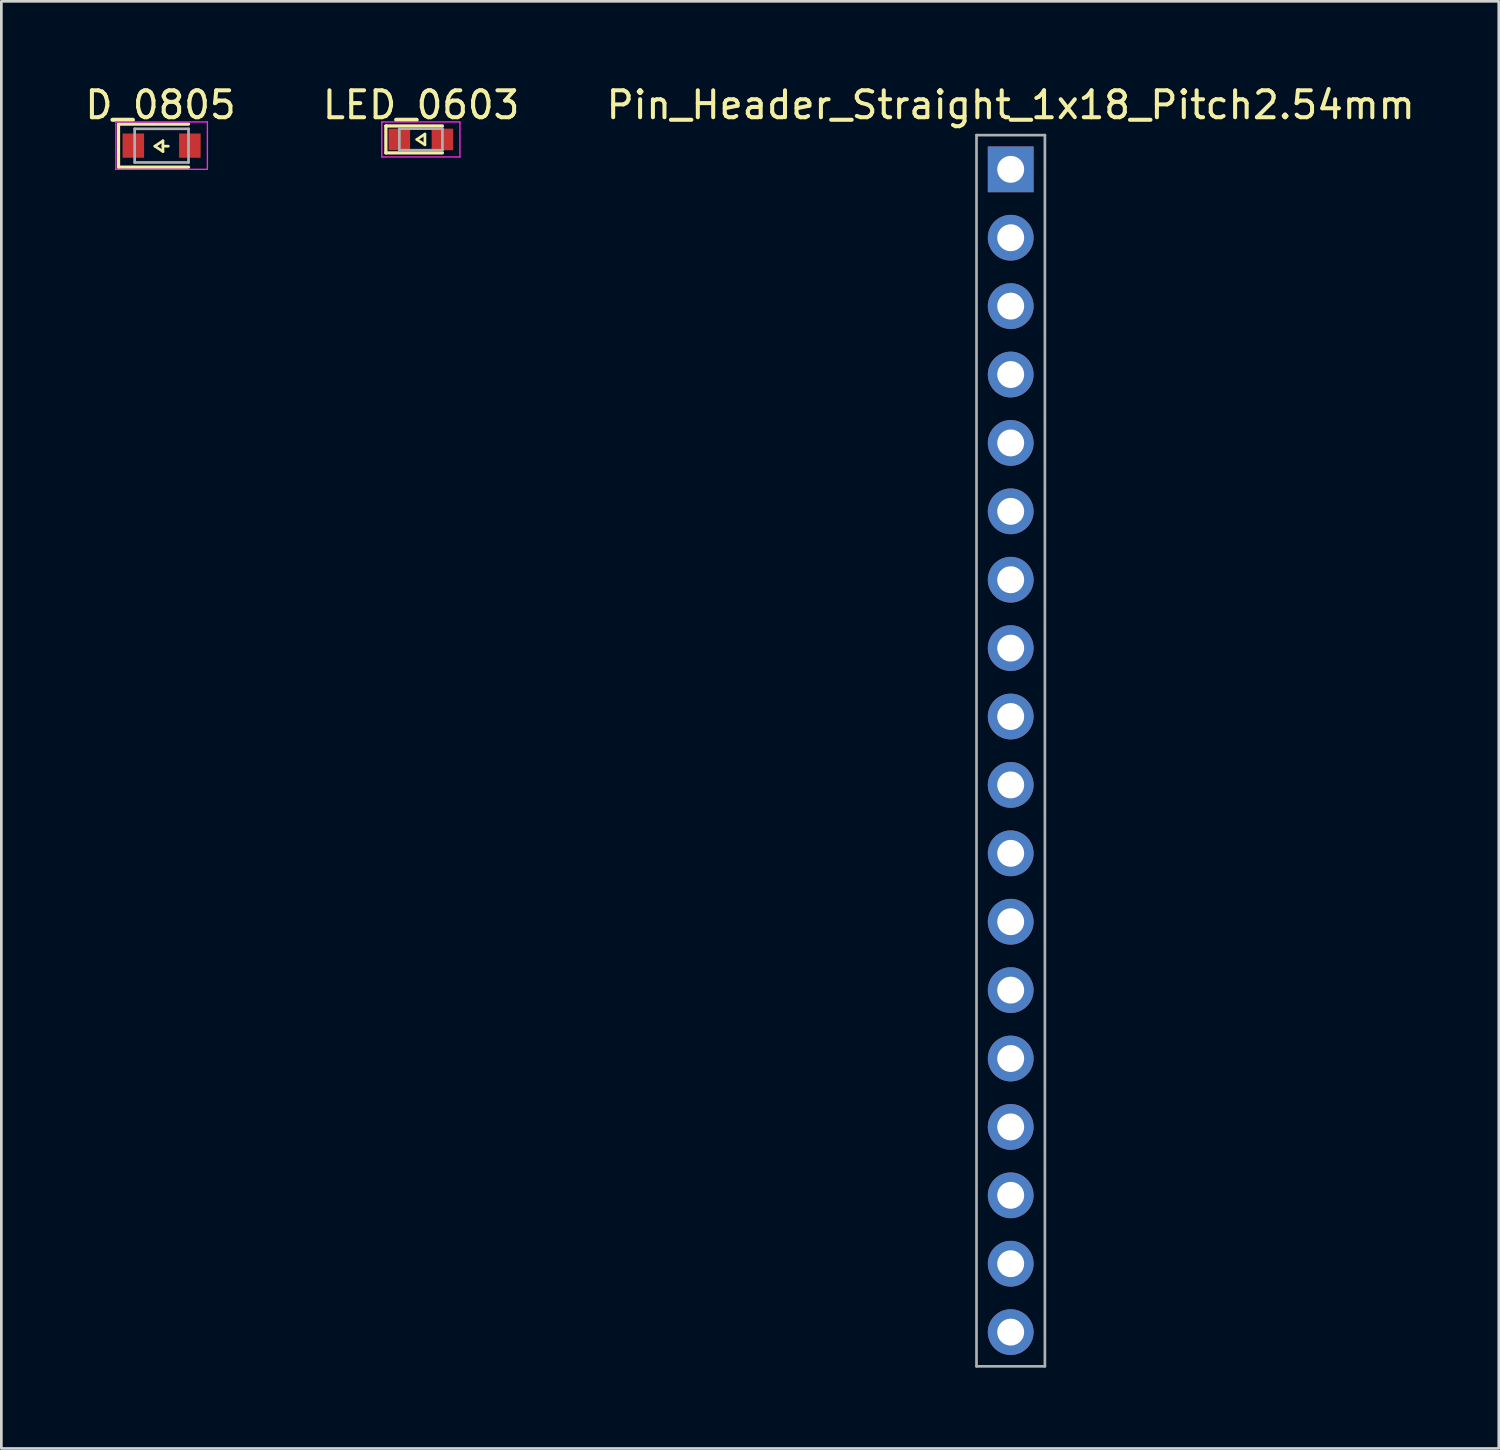
<source format=kicad_pcb>
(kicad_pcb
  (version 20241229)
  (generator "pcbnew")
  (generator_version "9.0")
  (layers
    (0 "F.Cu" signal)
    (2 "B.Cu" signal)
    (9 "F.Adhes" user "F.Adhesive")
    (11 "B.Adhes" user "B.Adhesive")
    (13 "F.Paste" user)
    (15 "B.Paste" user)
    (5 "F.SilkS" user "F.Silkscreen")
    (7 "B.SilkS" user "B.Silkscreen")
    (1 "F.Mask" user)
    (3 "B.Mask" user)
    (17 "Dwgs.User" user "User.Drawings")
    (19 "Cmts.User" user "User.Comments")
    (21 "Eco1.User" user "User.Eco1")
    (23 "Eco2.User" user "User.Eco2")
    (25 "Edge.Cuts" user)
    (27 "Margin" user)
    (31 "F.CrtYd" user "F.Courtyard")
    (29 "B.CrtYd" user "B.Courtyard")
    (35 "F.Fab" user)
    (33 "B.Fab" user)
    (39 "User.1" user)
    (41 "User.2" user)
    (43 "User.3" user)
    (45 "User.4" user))
  (footprint "D_0805"
    (layer "F.Cu")
    (at 2.951 2.358)
    (property "Reference" "D_0805" (at -0.04 -1.51 0) (layer "F.SilkS") (effects (font (size 1 1) (thickness 0.15))))
    (attr smd)
    (fp_line (start -1.6 -0.8) (end -1.6 0.8) (stroke (width 0.12) (type solid)) (layer "F.SilkS"))
    (fp_line (start -1.6 -0.8) (end 1 -0.8) (stroke (width 0.12) (type solid)) (layer "F.SilkS"))
    (fp_line (start -1.6 0.8) (end 1 0.8) (stroke (width 0.12) (type solid)) (layer "F.SilkS"))
    (fp_line (start -0.25 0.02) (end 0.05 0.22) (stroke (width 0.1) (type solid)) (layer "F.SilkS"))
    (fp_line (start 0.05 -0.18) (end -0.25 0.02) (stroke (width 0.1) (type solid)) (layer "F.SilkS"))
    (fp_line (start 0.05 0.02) (end 0.25 0.02) (stroke (width 0.1) (type solid)) (layer "F.SilkS"))
    (fp_line (start 0.05 0.22) (end 0.05 -0.18) (stroke (width 0.1) (type solid)) (layer "F.SilkS"))
    (fp_line (start -1.7 -0.88) (end 1.7 -0.88) (stroke (width 0.05) (type solid)) (layer "F.CrtYd"))
    (fp_line (start -1.7 0.88) (end -1.7 -0.88) (stroke (width 0.05) (type solid)) (layer "F.CrtYd"))
    (fp_line (start 1.7 -0.88) (end 1.7 0.88) (stroke (width 0.05) (type solid)) (layer "F.CrtYd"))
    (fp_line (start 1.7 0.88) (end -1.7 0.88) (stroke (width 0.05) (type solid)) (layer "F.CrtYd"))
    (fp_line (start -1 -0.625) (end 1 -0.625) (stroke (width 0.1) (type solid)) (layer "F.Fab"))
    (fp_line (start -1 0.625) (end -1 -0.625) (stroke (width 0.1) (type solid)) (layer "F.Fab"))
    (fp_line (start 1 -0.625) (end 1 0.625) (stroke (width 0.1) (type solid)) (layer "F.Fab"))
    (fp_line (start 1 0.625) (end -1 0.625) (stroke (width 0.1) (type solid)) (layer "F.Fab"))
    (pad "1" smd rect (at -1.05 0) (size 0.8 0.9) (layers "F.Cu" "F.Mask" "F.Paste"))
    (pad "2" smd rect (at 1.05 0) (size 0.8 0.9) (layers "F.Cu" "F.Mask" "F.Paste")))
  (footprint "LED_0603"
    (layer "F.Cu")
    (at 12.579 2.128)
    (property "Reference" "LED_0603" (at 0.01 -1.28 0) (layer "F.SilkS") (effects (font (size 1 1) (thickness 0.15))))
    (attr smd)
    (fp_line (start -1.3 -0.5) (end -1.3 0.5) (stroke (width 0.12) (type solid)) (layer "F.SilkS"))
    (fp_line (start -1.3 -0.5) (end 0.8 -0.5) (stroke (width 0.12) (type solid)) (layer "F.SilkS"))
    (fp_line (start -1.3 0.5) (end 0.8 0.5) (stroke (width 0.12) (type solid)) (layer "F.SilkS"))
    (fp_line (start -0.15 0) (end 0.15 -0.2) (stroke (width 0.1) (type solid)) (layer "F.SilkS"))
    (fp_line (start 0.15 -0.2) (end 0.15 0.2) (stroke (width 0.1) (type solid)) (layer "F.SilkS"))
    (fp_line (start 0.15 0.2) (end -0.15 0) (stroke (width 0.1) (type solid)) (layer "F.SilkS"))
    (fp_line (start -1.45 -0.65) (end 1.45 -0.65) (stroke (width 0.05) (type solid)) (layer "F.CrtYd"))
    (fp_line (start -1.45 0.65) (end -1.45 -0.65) (stroke (width 0.05) (type solid)) (layer "F.CrtYd"))
    (fp_line (start 1.45 -0.65) (end 1.45 0.65) (stroke (width 0.05) (type solid)) (layer "F.CrtYd"))
    (fp_line (start 1.45 0.65) (end -1.45 0.65) (stroke (width 0.05) (type solid)) (layer "F.CrtYd"))
    (fp_line (start -0.8 -0.4) (end 0.8 -0.4) (stroke (width 0.1) (type solid)) (layer "F.Fab"))
    (fp_line (start -0.8 0.4) (end -0.8 -0.4) (stroke (width 0.1) (type solid)) (layer "F.Fab"))
    (fp_line (start 0.8 -0.4) (end 0.8 0.4) (stroke (width 0.1) (type solid)) (layer "F.Fab"))
    (fp_line (start 0.8 0.4) (end -0.8 0.4) (stroke (width 0.1) (type solid)) (layer "F.Fab"))
    (pad "1" smd rect (at -0.8 0 180) (size 0.8 0.8) (layers "F.Cu" "F.Mask" "F.Paste"))
    (pad "2" smd rect (at 0.8 0 180) (size 0.8 0.8) (layers "F.Cu" "F.Mask" "F.Paste")))
  (footprint "Pin_Header_Straight_1x18_Pitch2.54mm"
    (layer "F.Cu")
    (at 34.482 3.238)
    (property "Reference" "Pin_Header_Straight_1x18_Pitch2.54mm" (at 0 -2.39 0) (layer "F.SilkS") (effects (font (size 1 1) (thickness 0.15))))
    (attr through_hole)
    (fp_line (start -1.27 -1.27) (end -1.27 44.45) (stroke (width 0.1) (type solid)) (layer "F.Fab"))
    (fp_line (start -1.27 44.45) (end 1.27 44.45) (stroke (width 0.1) (type solid)) (layer "F.Fab"))
    (fp_line (start 1.27 -1.27) (end -1.27 -1.27) (stroke (width 0.1) (type solid)) (layer "F.Fab"))
    (fp_line (start 1.27 44.45) (end 1.27 -1.27) (stroke (width 0.1) (type solid)) (layer "F.Fab"))
    (pad "1" thru_hole rect (at 0 0) (size 1.7 1.7) (drill 1) (layers "*.Cu" "*.Mask"))
    (pad "2" thru_hole oval (at 0 2.54) (size 1.7 1.7) (drill 1) (layers "*.Cu" "*.Mask"))
    (pad "3" thru_hole oval (at 0 5.08) (size 1.7 1.7) (drill 1) (layers "*.Cu" "*.Mask"))
    (pad "4" thru_hole oval (at 0 7.62) (size 1.7 1.7) (drill 1) (layers "*.Cu" "*.Mask"))
    (pad "5" thru_hole oval (at 0 10.16) (size 1.7 1.7) (drill 1) (layers "*.Cu" "*.Mask"))
    (pad "6" thru_hole oval (at 0 12.7) (size 1.7 1.7) (drill 1) (layers "*.Cu" "*.Mask"))
    (pad "7" thru_hole oval (at 0 15.24) (size 1.7 1.7) (drill 1) (layers "*.Cu" "*.Mask"))
    (pad "8" thru_hole oval (at 0 17.78) (size 1.7 1.7) (drill 1) (layers "*.Cu" "*.Mask"))
    (pad "9" thru_hole oval (at 0 20.32) (size 1.7 1.7) (drill 1) (layers "*.Cu" "*.Mask"))
    (pad "10" thru_hole oval (at 0 22.86) (size 1.7 1.7) (drill 1) (layers "*.Cu" "*.Mask"))
    (pad "11" thru_hole oval (at 0 25.4) (size 1.7 1.7) (drill 1) (layers "*.Cu" "*.Mask"))
    (pad "12" thru_hole oval (at 0 27.94) (size 1.7 1.7) (drill 1) (layers "*.Cu" "*.Mask"))
    (pad "13" thru_hole oval (at 0 30.48) (size 1.7 1.7) (drill 1) (layers "*.Cu" "*.Mask"))
    (pad "14" thru_hole oval (at 0 33.02) (size 1.7 1.7) (drill 1) (layers "*.Cu" "*.Mask"))
    (pad "15" thru_hole oval (at 0 35.56) (size 1.7 1.7) (drill 1) (layers "*.Cu" "*.Mask"))
    (pad "16" thru_hole oval (at 0 38.1) (size 1.7 1.7) (drill 1) (layers "*.Cu" "*.Mask"))
    (pad "17" thru_hole oval (at 0 40.64) (size 1.7 1.7) (drill 1) (layers "*.Cu" "*.Mask"))
    (pad "18" thru_hole oval (at 0 43.18) (size 1.7 1.7) (drill 1) (layers "*.Cu" "*.Mask")))
  (gr_rect
    (start -3 -3)
    (end 52.607 50.738)
    (stroke (width 0.1) (type default))
    (fill no)
    (layer "Edge.Cuts")))
</source>
